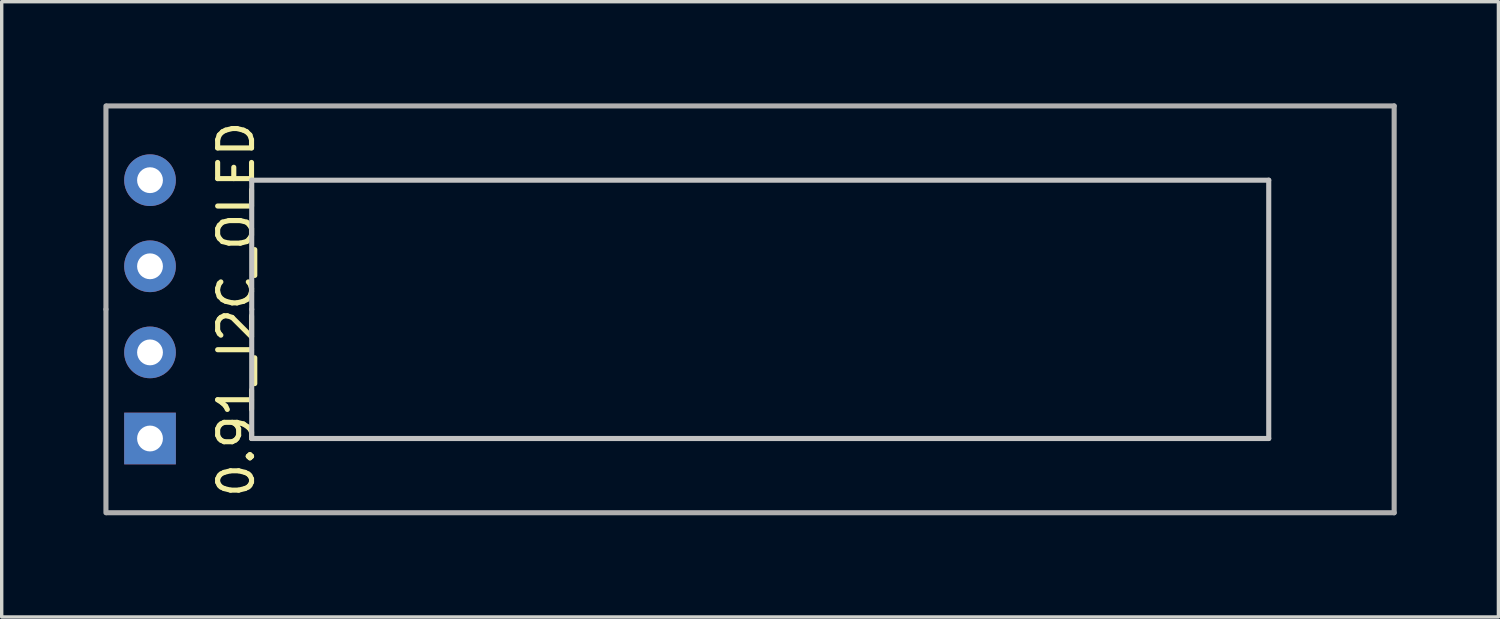
<source format=kicad_pcb>
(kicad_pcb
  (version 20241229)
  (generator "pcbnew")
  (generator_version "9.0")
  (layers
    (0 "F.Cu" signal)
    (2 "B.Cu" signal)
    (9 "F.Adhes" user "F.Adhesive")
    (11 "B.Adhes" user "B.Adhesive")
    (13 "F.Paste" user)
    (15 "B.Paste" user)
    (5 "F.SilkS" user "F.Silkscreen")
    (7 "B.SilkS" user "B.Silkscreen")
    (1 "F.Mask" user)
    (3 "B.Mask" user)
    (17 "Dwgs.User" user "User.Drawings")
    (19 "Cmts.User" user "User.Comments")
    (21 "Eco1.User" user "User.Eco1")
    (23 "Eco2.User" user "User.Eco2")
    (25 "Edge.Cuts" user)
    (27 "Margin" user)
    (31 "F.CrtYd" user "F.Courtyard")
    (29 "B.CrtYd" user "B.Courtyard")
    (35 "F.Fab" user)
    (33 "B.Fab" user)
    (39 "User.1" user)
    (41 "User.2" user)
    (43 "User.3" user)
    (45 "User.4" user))
  (footprint "0.91_I2C_OLED"
    (layer "F.Cu")
    (at 1.375 6.075)
    (property "Reference" "0.91_I2C_OLED" (at 2.54 0 90) (layer "F.SilkS") (effects (font (size 1 1) (thickness 0.15))))
    (attr through_hole)
    (fp_line (start 3 0) (end 3 -3.81) (stroke (width 0.15) (type solid)) (layer "Dwgs.User"))
    (fp_line (start 3 0) (end 3 3.81) (stroke (width 0.15) (type solid)) (layer "Dwgs.User"))
    (fp_line (start 3 3.81) (end 33 3.81) (stroke (width 0.15) (type solid)) (layer "Dwgs.User"))
    (fp_line (start 33 -3.81) (end 3 -3.81) (stroke (width 0.15) (type solid)) (layer "Dwgs.User"))
    (fp_line (start 33 3.81) (end 33 -3.81) (stroke (width 0.15) (type solid)) (layer "Dwgs.User"))
    (fp_line (start -1.3 0) (end -1.3 -6) (stroke (width 0.15) (type solid)) (layer "F.Fab"))
    (fp_line (start -1.3 0) (end -1.3 6) (stroke (width 0.15) (type solid)) (layer "F.Fab"))
    (fp_line (start -1.27 6) (end 36.7 6) (stroke (width 0.15) (type solid)) (layer "F.Fab"))
    (fp_line (start 36.7 -6) (end -1.27 -6) (stroke (width 0.15) (type solid)) (layer "F.Fab"))
    (fp_line (start 36.7 6) (end 36.7 -6) (stroke (width 0.15) (type solid)) (layer "F.Fab"))
    (pad "1" thru_hole rect (at 0 3.81) (size 1.524 1.524) (drill 0.762) (layers "*.Cu" "*.Mask"))
    (pad "2" thru_hole circle (at 0 1.27) (size 1.524 1.524) (drill 0.762) (layers "*.Cu" "*.Mask"))
    (pad "3" thru_hole circle (at 0 -1.27) (size 1.524 1.524) (drill 0.762) (layers "*.Cu" "*.Mask"))
    (pad "4" thru_hole circle (at 0 -3.81) (size 1.524 1.524) (drill 0.762) (layers "*.Cu" "*.Mask")))
  (gr_rect
    (start -3 -3)
    (end 41.15 15.15)
    (stroke (width 0.1) (type default))
    (fill no)
    (layer "Edge.Cuts")))
</source>
